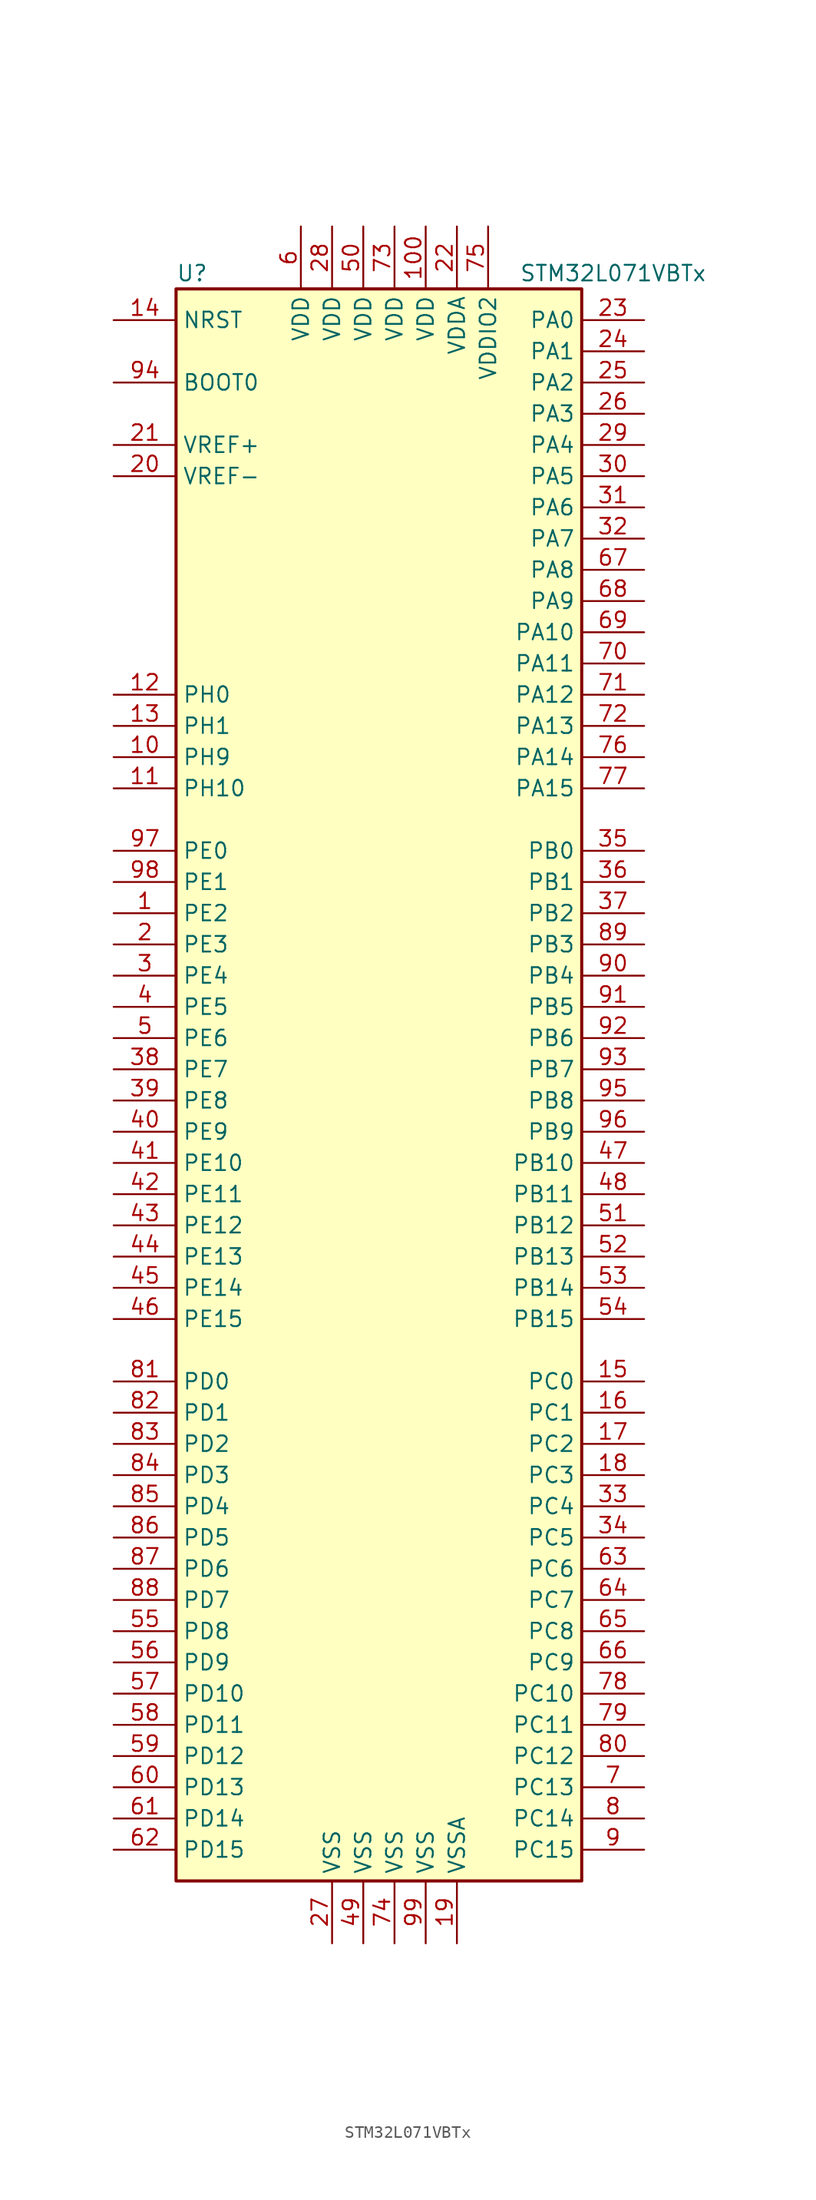
<source format=kicad_sym>
(kicad_symbol_lib
  (version 20201005)
  (generator kicad_symbol_editor)
  (symbol "MCU_ST_STM32L0:STM32L071VBTx"
    (property "Reference" "U"
      (at -17.78 64.77 0)
      (effects (font (size 1.27 1.27)) (justify left)))
    (property "Value" "STM32L071VBTx"
      (at 10.16 64.77 0)
      (effects (font (size 1.27 1.27)) (justify left)))
    (symbol "STM32L071VBTx_0_1"
      (rectangle (start -17.78 -66.04) (end 15.24 63.5) (stroke (width 0.254)) (fill (type background))))
    (symbol "STM32L071VBTx_1_1"
      (pin input line (at -22.86 55.88 0) (length 5.08) (name "BOOT0" (effects (font (size 1.27 1.27)))) (number "94" (effects (font (size 1.27 1.27)))))
      (pin input line (at -22.86 60.96 0) (length 5.08) (name "NRST" (effects (font (size 1.27 1.27)))) (number "14" (effects (font (size 1.27 1.27)))))
      (pin bidirectional line (at 20.32 60.96 180) (length 5.08) (name "PA0" (effects (font (size 1.27 1.27)))) (number "23" (effects (font (size 1.27 1.27)))))
      (pin bidirectional line (at 20.32 58.42 180) (length 5.08) (name "PA1" (effects (font (size 1.27 1.27)))) (number "24" (effects (font (size 1.27 1.27)))))
      (pin bidirectional line (at 20.32 35.56 180) (length 5.08) (name "PA10" (effects (font (size 1.27 1.27)))) (number "69" (effects (font (size 1.27 1.27)))))
      (pin bidirectional line (at 20.32 33.02 180) (length 5.08) (name "PA11" (effects (font (size 1.27 1.27)))) (number "70" (effects (font (size 1.27 1.27)))))
      (pin bidirectional line (at 20.32 30.48 180) (length 5.08) (name "PA12" (effects (font (size 1.27 1.27)))) (number "71" (effects (font (size 1.27 1.27)))))
      (pin bidirectional line (at 20.32 27.94 180) (length 5.08) (name "PA13" (effects (font (size 1.27 1.27)))) (number "72" (effects (font (size 1.27 1.27)))))
      (pin bidirectional line (at 20.32 25.4 180) (length 5.08) (name "PA14" (effects (font (size 1.27 1.27)))) (number "76" (effects (font (size 1.27 1.27)))))
      (pin bidirectional line (at 20.32 22.86 180) (length 5.08) (name "PA15" (effects (font (size 1.27 1.27)))) (number "77" (effects (font (size 1.27 1.27)))))
      (pin bidirectional line (at 20.32 55.88 180) (length 5.08) (name "PA2" (effects (font (size 1.27 1.27)))) (number "25" (effects (font (size 1.27 1.27)))))
      (pin bidirectional line (at 20.32 53.34 180) (length 5.08) (name "PA3" (effects (font (size 1.27 1.27)))) (number "26" (effects (font (size 1.27 1.27)))))
      (pin bidirectional line (at 20.32 50.8 180) (length 5.08) (name "PA4" (effects (font (size 1.27 1.27)))) (number "29" (effects (font (size 1.27 1.27)))))
      (pin bidirectional line (at 20.32 48.26 180) (length 5.08) (name "PA5" (effects (font (size 1.27 1.27)))) (number "30" (effects (font (size 1.27 1.27)))))
      (pin bidirectional line (at 20.32 45.72 180) (length 5.08) (name "PA6" (effects (font (size 1.27 1.27)))) (number "31" (effects (font (size 1.27 1.27)))))
      (pin bidirectional line (at 20.32 43.18 180) (length 5.08) (name "PA7" (effects (font (size 1.27 1.27)))) (number "32" (effects (font (size 1.27 1.27)))))
      (pin bidirectional line (at 20.32 40.64 180) (length 5.08) (name "PA8" (effects (font (size 1.27 1.27)))) (number "67" (effects (font (size 1.27 1.27)))))
      (pin bidirectional line (at 20.32 38.1 180) (length 5.08) (name "PA9" (effects (font (size 1.27 1.27)))) (number "68" (effects (font (size 1.27 1.27)))))
      (pin bidirectional line (at 20.32 17.78 180) (length 5.08) (name "PB0" (effects (font (size 1.27 1.27)))) (number "35" (effects (font (size 1.27 1.27)))))
      (pin bidirectional line (at 20.32 15.24 180) (length 5.08) (name "PB1" (effects (font (size 1.27 1.27)))) (number "36" (effects (font (size 1.27 1.27)))))
      (pin bidirectional line (at 20.32 -7.62 180) (length 5.08) (name "PB10" (effects (font (size 1.27 1.27)))) (number "47" (effects (font (size 1.27 1.27)))))
      (pin bidirectional line (at 20.32 -10.16 180) (length 5.08) (name "PB11" (effects (font (size 1.27 1.27)))) (number "48" (effects (font (size 1.27 1.27)))))
      (pin bidirectional line (at 20.32 -12.7 180) (length 5.08) (name "PB12" (effects (font (size 1.27 1.27)))) (number "51" (effects (font (size 1.27 1.27)))))
      (pin bidirectional line (at 20.32 -15.24 180) (length 5.08) (name "PB13" (effects (font (size 1.27 1.27)))) (number "52" (effects (font (size 1.27 1.27)))))
      (pin bidirectional line (at 20.32 -17.78 180) (length 5.08) (name "PB14" (effects (font (size 1.27 1.27)))) (number "53" (effects (font (size 1.27 1.27)))))
      (pin bidirectional line (at 20.32 -20.32 180) (length 5.08) (name "PB15" (effects (font (size 1.27 1.27)))) (number "54" (effects (font (size 1.27 1.27)))))
      (pin bidirectional line (at 20.32 12.7 180) (length 5.08) (name "PB2" (effects (font (size 1.27 1.27)))) (number "37" (effects (font (size 1.27 1.27)))))
      (pin bidirectional line (at 20.32 10.16 180) (length 5.08) (name "PB3" (effects (font (size 1.27 1.27)))) (number "89" (effects (font (size 1.27 1.27)))))
      (pin bidirectional line (at 20.32 7.62 180) (length 5.08) (name "PB4" (effects (font (size 1.27 1.27)))) (number "90" (effects (font (size 1.27 1.27)))))
      (pin bidirectional line (at 20.32 5.08 180) (length 5.08) (name "PB5" (effects (font (size 1.27 1.27)))) (number "91" (effects (font (size 1.27 1.27)))))
      (pin bidirectional line (at 20.32 2.54 180) (length 5.08) (name "PB6" (effects (font (size 1.27 1.27)))) (number "92" (effects (font (size 1.27 1.27)))))
      (pin bidirectional line (at 20.32 0 180) (length 5.08) (name "PB7" (effects (font (size 1.27 1.27)))) (number "93" (effects (font (size 1.27 1.27)))))
      (pin bidirectional line (at 20.32 -2.54 180) (length 5.08) (name "PB8" (effects (font (size 1.27 1.27)))) (number "95" (effects (font (size 1.27 1.27)))))
      (pin bidirectional line (at 20.32 -5.08 180) (length 5.08) (name "PB9" (effects (font (size 1.27 1.27)))) (number "96" (effects (font (size 1.27 1.27)))))
      (pin bidirectional line (at 20.32 -25.4 180) (length 5.08) (name "PC0" (effects (font (size 1.27 1.27)))) (number "15" (effects (font (size 1.27 1.27)))))
      (pin bidirectional line (at 20.32 -27.94 180) (length 5.08) (name "PC1" (effects (font (size 1.27 1.27)))) (number "16" (effects (font (size 1.27 1.27)))))
      (pin bidirectional line (at 20.32 -50.8 180) (length 5.08) (name "PC10" (effects (font (size 1.27 1.27)))) (number "78" (effects (font (size 1.27 1.27)))))
      (pin bidirectional line (at 20.32 -53.34 180) (length 5.08) (name "PC11" (effects (font (size 1.27 1.27)))) (number "79" (effects (font (size 1.27 1.27)))))
      (pin bidirectional line (at 20.32 -55.88 180) (length 5.08) (name "PC12" (effects (font (size 1.27 1.27)))) (number "80" (effects (font (size 1.27 1.27)))))
      (pin bidirectional line (at 20.32 -58.42 180) (length 5.08) (name "PC13" (effects (font (size 1.27 1.27)))) (number "7" (effects (font (size 1.27 1.27)))))
      (pin bidirectional line (at 20.32 -60.96 180) (length 5.08) (name "PC14" (effects (font (size 1.27 1.27)))) (number "8" (effects (font (size 1.27 1.27)))))
      (pin bidirectional line (at 20.32 -63.5 180) (length 5.08) (name "PC15" (effects (font (size 1.27 1.27)))) (number "9" (effects (font (size 1.27 1.27)))))
      (pin bidirectional line (at 20.32 -30.48 180) (length 5.08) (name "PC2" (effects (font (size 1.27 1.27)))) (number "17" (effects (font (size 1.27 1.27)))))
      (pin bidirectional line (at 20.32 -33.02 180) (length 5.08) (name "PC3" (effects (font (size 1.27 1.27)))) (number "18" (effects (font (size 1.27 1.27)))))
      (pin bidirectional line (at 20.32 -35.56 180) (length 5.08) (name "PC4" (effects (font (size 1.27 1.27)))) (number "33" (effects (font (size 1.27 1.27)))))
      (pin bidirectional line (at 20.32 -38.1 180) (length 5.08) (name "PC5" (effects (font (size 1.27 1.27)))) (number "34" (effects (font (size 1.27 1.27)))))
      (pin bidirectional line (at 20.32 -40.64 180) (length 5.08) (name "PC6" (effects (font (size 1.27 1.27)))) (number "63" (effects (font (size 1.27 1.27)))))
      (pin bidirectional line (at 20.32 -43.18 180) (length 5.08) (name "PC7" (effects (font (size 1.27 1.27)))) (number "64" (effects (font (size 1.27 1.27)))))
      (pin bidirectional line (at 20.32 -45.72 180) (length 5.08) (name "PC8" (effects (font (size 1.27 1.27)))) (number "65" (effects (font (size 1.27 1.27)))))
      (pin bidirectional line (at 20.32 -48.26 180) (length 5.08) (name "PC9" (effects (font (size 1.27 1.27)))) (number "66" (effects (font (size 1.27 1.27)))))
      (pin bidirectional line (at -22.86 -25.4 0) (length 5.08) (name "PD0" (effects (font (size 1.27 1.27)))) (number "81" (effects (font (size 1.27 1.27)))))
      (pin bidirectional line (at -22.86 -27.94 0) (length 5.08) (name "PD1" (effects (font (size 1.27 1.27)))) (number "82" (effects (font (size 1.27 1.27)))))
      (pin bidirectional line (at -22.86 -50.8 0) (length 5.08) (name "PD10" (effects (font (size 1.27 1.27)))) (number "57" (effects (font (size 1.27 1.27)))))
      (pin bidirectional line (at -22.86 -53.34 0) (length 5.08) (name "PD11" (effects (font (size 1.27 1.27)))) (number "58" (effects (font (size 1.27 1.27)))))
      (pin bidirectional line (at -22.86 -55.88 0) (length 5.08) (name "PD12" (effects (font (size 1.27 1.27)))) (number "59" (effects (font (size 1.27 1.27)))))
      (pin bidirectional line (at -22.86 -58.42 0) (length 5.08) (name "PD13" (effects (font (size 1.27 1.27)))) (number "60" (effects (font (size 1.27 1.27)))))
      (pin bidirectional line (at -22.86 -60.96 0) (length 5.08) (name "PD14" (effects (font (size 1.27 1.27)))) (number "61" (effects (font (size 1.27 1.27)))))
      (pin bidirectional line (at -22.86 -63.5 0) (length 5.08) (name "PD15" (effects (font (size 1.27 1.27)))) (number "62" (effects (font (size 1.27 1.27)))))
      (pin bidirectional line (at -22.86 -30.48 0) (length 5.08) (name "PD2" (effects (font (size 1.27 1.27)))) (number "83" (effects (font (size 1.27 1.27)))))
      (pin bidirectional line (at -22.86 -33.02 0) (length 5.08) (name "PD3" (effects (font (size 1.27 1.27)))) (number "84" (effects (font (size 1.27 1.27)))))
      (pin bidirectional line (at -22.86 -35.56 0) (length 5.08) (name "PD4" (effects (font (size 1.27 1.27)))) (number "85" (effects (font (size 1.27 1.27)))))
      (pin bidirectional line (at -22.86 -38.1 0) (length 5.08) (name "PD5" (effects (font (size 1.27 1.27)))) (number "86" (effects (font (size 1.27 1.27)))))
      (pin bidirectional line (at -22.86 -40.64 0) (length 5.08) (name "PD6" (effects (font (size 1.27 1.27)))) (number "87" (effects (font (size 1.27 1.27)))))
      (pin bidirectional line (at -22.86 -43.18 0) (length 5.08) (name "PD7" (effects (font (size 1.27 1.27)))) (number "88" (effects (font (size 1.27 1.27)))))
      (pin bidirectional line (at -22.86 -45.72 0) (length 5.08) (name "PD8" (effects (font (size 1.27 1.27)))) (number "55" (effects (font (size 1.27 1.27)))))
      (pin bidirectional line (at -22.86 -48.26 0) (length 5.08) (name "PD9" (effects (font (size 1.27 1.27)))) (number "56" (effects (font (size 1.27 1.27)))))
      (pin bidirectional line (at -22.86 17.78 0) (length 5.08) (name "PE0" (effects (font (size 1.27 1.27)))) (number "97" (effects (font (size 1.27 1.27)))))
      (pin bidirectional line (at -22.86 15.24 0) (length 5.08) (name "PE1" (effects (font (size 1.27 1.27)))) (number "98" (effects (font (size 1.27 1.27)))))
      (pin bidirectional line (at -22.86 -7.62 0) (length 5.08) (name "PE10" (effects (font (size 1.27 1.27)))) (number "41" (effects (font (size 1.27 1.27)))))
      (pin bidirectional line (at -22.86 -10.16 0) (length 5.08) (name "PE11" (effects (font (size 1.27 1.27)))) (number "42" (effects (font (size 1.27 1.27)))))
      (pin bidirectional line (at -22.86 -12.7 0) (length 5.08) (name "PE12" (effects (font (size 1.27 1.27)))) (number "43" (effects (font (size 1.27 1.27)))))
      (pin bidirectional line (at -22.86 -15.24 0) (length 5.08) (name "PE13" (effects (font (size 1.27 1.27)))) (number "44" (effects (font (size 1.27 1.27)))))
      (pin bidirectional line (at -22.86 -17.78 0) (length 5.08) (name "PE14" (effects (font (size 1.27 1.27)))) (number "45" (effects (font (size 1.27 1.27)))))
      (pin bidirectional line (at -22.86 -20.32 0) (length 5.08) (name "PE15" (effects (font (size 1.27 1.27)))) (number "46" (effects (font (size 1.27 1.27)))))
      (pin bidirectional line (at -22.86 12.7 0) (length 5.08) (name "PE2" (effects (font (size 1.27 1.27)))) (number "1" (effects (font (size 1.27 1.27)))))
      (pin bidirectional line (at -22.86 10.16 0) (length 5.08) (name "PE3" (effects (font (size 1.27 1.27)))) (number "2" (effects (font (size 1.27 1.27)))))
      (pin bidirectional line (at -22.86 7.62 0) (length 5.08) (name "PE4" (effects (font (size 1.27 1.27)))) (number "3" (effects (font (size 1.27 1.27)))))
      (pin bidirectional line (at -22.86 5.08 0) (length 5.08) (name "PE5" (effects (font (size 1.27 1.27)))) (number "4" (effects (font (size 1.27 1.27)))))
      (pin bidirectional line (at -22.86 2.54 0) (length 5.08) (name "PE6" (effects (font (size 1.27 1.27)))) (number "5" (effects (font (size 1.27 1.27)))))
      (pin bidirectional line (at -22.86 0 0) (length 5.08) (name "PE7" (effects (font (size 1.27 1.27)))) (number "38" (effects (font (size 1.27 1.27)))))
      (pin bidirectional line (at -22.86 -2.54 0) (length 5.08) (name "PE8" (effects (font (size 1.27 1.27)))) (number "39" (effects (font (size 1.27 1.27)))))
      (pin bidirectional line (at -22.86 -5.08 0) (length 5.08) (name "PE9" (effects (font (size 1.27 1.27)))) (number "40" (effects (font (size 1.27 1.27)))))
      (pin input line (at -22.86 30.48 0) (length 5.08) (name "PH0" (effects (font (size 1.27 1.27)))) (number "12" (effects (font (size 1.27 1.27)))))
      (pin input line (at -22.86 27.94 0) (length 5.08) (name "PH1" (effects (font (size 1.27 1.27)))) (number "13" (effects (font (size 1.27 1.27)))))
      (pin bidirectional line (at -22.86 22.86 0) (length 5.08) (name "PH10" (effects (font (size 1.27 1.27)))) (number "11" (effects (font (size 1.27 1.27)))))
      (pin bidirectional line (at -22.86 25.4 0) (length 5.08) (name "PH9" (effects (font (size 1.27 1.27)))) (number "10" (effects (font (size 1.27 1.27)))))
      (pin power_in line (at 2.54 68.58 270) (length 5.08) (name "VDD" (effects (font (size 1.27 1.27)))) (number "100" (effects (font (size 1.27 1.27)))))
      (pin power_in line (at -5.08 68.58 270) (length 5.08) (name "VDD" (effects (font (size 1.27 1.27)))) (number "28" (effects (font (size 1.27 1.27)))))
      (pin power_in line (at -2.54 68.58 270) (length 5.08) (name "VDD" (effects (font (size 1.27 1.27)))) (number "50" (effects (font (size 1.27 1.27)))))
      (pin power_in line (at -7.62 68.58 270) (length 5.08) (name "VDD" (effects (font (size 1.27 1.27)))) (number "6" (effects (font (size 1.27 1.27)))))
      (pin power_in line (at 0 68.58 270) (length 5.08) (name "VDD" (effects (font (size 1.27 1.27)))) (number "73" (effects (font (size 1.27 1.27)))))
      (pin power_in line (at 5.08 68.58 270) (length 5.08) (name "VDDA" (effects (font (size 1.27 1.27)))) (number "22" (effects (font (size 1.27 1.27)))))
      (pin power_in line (at 7.62 68.58 270) (length 5.08) (name "VDDIO2" (effects (font (size 1.27 1.27)))) (number "75" (effects (font (size 1.27 1.27)))))
      (pin power_in line (at -22.86 50.8 0) (length 5.08) (name "VREF+" (effects (font (size 1.27 1.27)))) (number "21" (effects (font (size 1.27 1.27)))))
      (pin power_in line (at -22.86 48.26 0) (length 5.08) (name "VREF-" (effects (font (size 1.27 1.27)))) (number "20" (effects (font (size 1.27 1.27)))))
      (pin power_in line (at -5.08 -71.12 90) (length 5.08) (name "VSS" (effects (font (size 1.27 1.27)))) (number "27" (effects (font (size 1.27 1.27)))))
      (pin power_in line (at -2.54 -71.12 90) (length 5.08) (name "VSS" (effects (font (size 1.27 1.27)))) (number "49" (effects (font (size 1.27 1.27)))))
      (pin power_in line (at 0 -71.12 90) (length 5.08) (name "VSS" (effects (font (size 1.27 1.27)))) (number "74" (effects (font (size 1.27 1.27)))))
      (pin power_in line (at 2.54 -71.12 90) (length 5.08) (name "VSS" (effects (font (size 1.27 1.27)))) (number "99" (effects (font (size 1.27 1.27)))))
      (pin power_in line (at 5.08 -71.12 90) (length 5.08) (name "VSSA" (effects (font (size 1.27 1.27)))) (number "19" (effects (font (size 1.27 1.27))))))))
</source>
